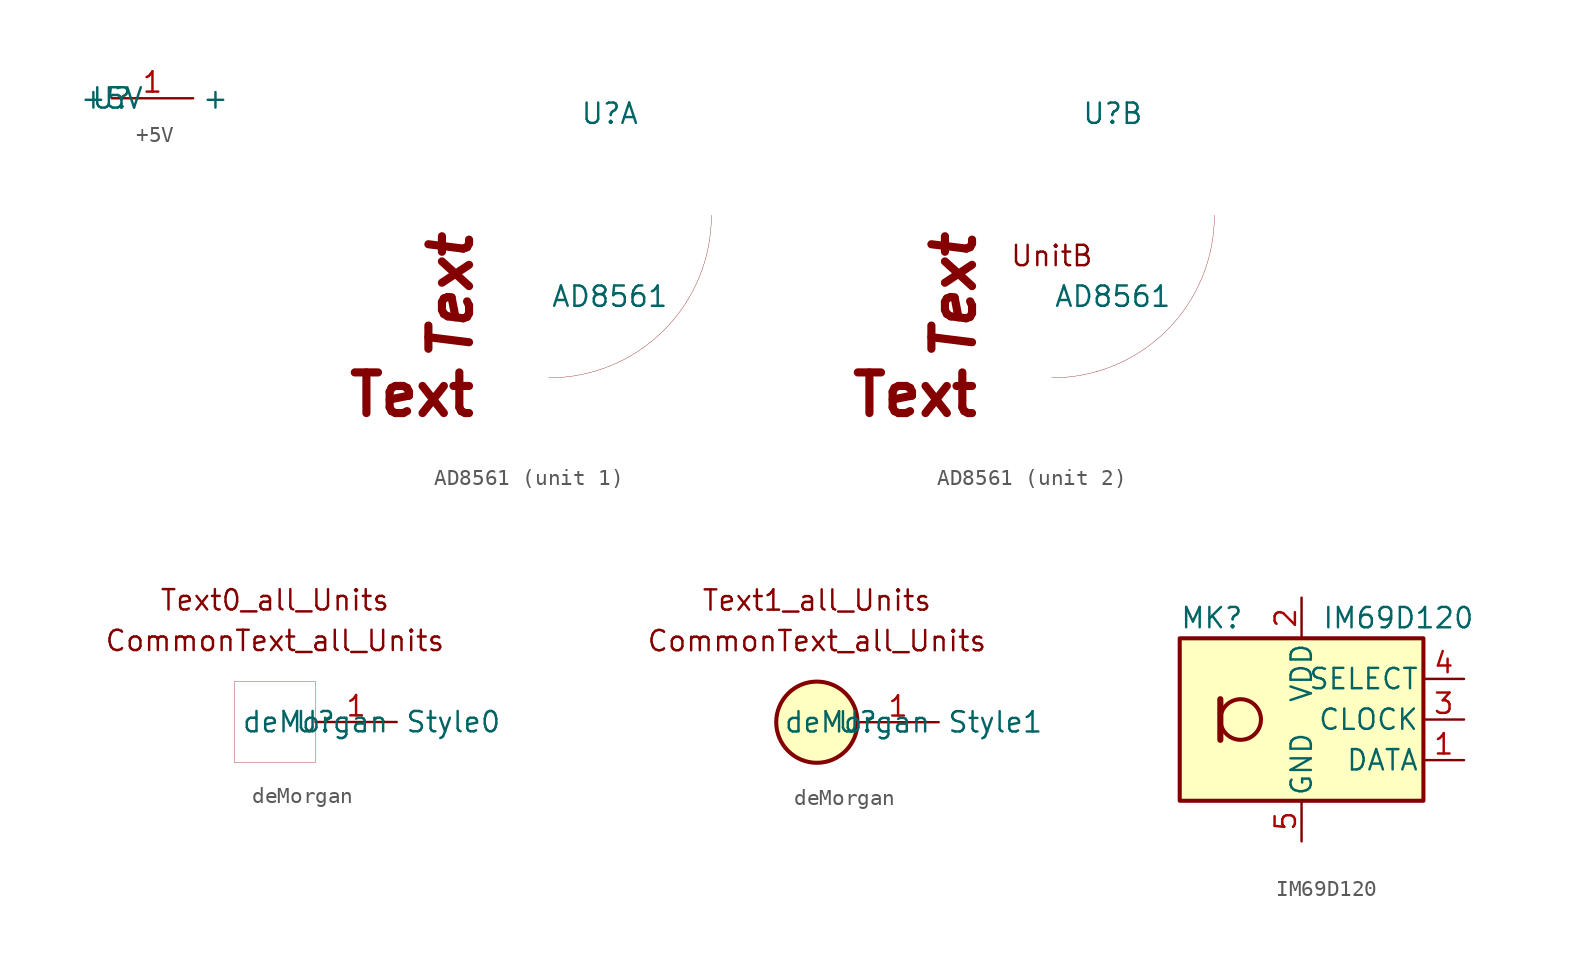
<source format=kicad_sym>
(kicad_symbol_lib
  (version 20200126)
  (host kicad_symbol_editor "5.99.0-unknown-a3fc028c9~102~ubuntu19.10.1")
  (symbol "testLib2:+5V"
    (power)
    (property "Reference" "U"
      (at 0 0 0)
      (effects (font (size 1.27 1.27))))
    (property "Value" "+5V"
      (at 0 0 0)
      (effects (font (size 1.27 1.27))))
    (symbol "+5V_1_1"
      (pin input line (at 0 0 0) (length 5.08) (name "+" (effects (font (size 1.27 1.27)))) (number "1" (effects (font (size 1.27 1.27)))))))
  (symbol "testLib2:AD8561"
    (pin_names
      (offset 0.127))
    (property "Reference" "U"
      (at 3.81 6.35 0)
      (effects (font (size 1.27 1.27))))
    (property "Value" "AD8561"
      (at 3.81 -5.08 0)
      (effects (font (size 1.27 1.27))))
    (symbol "AD8561_0_1"
      (arc (start 10.16 0) (end 0 -10.16) (radius (at 0.0177 -0.0177) (length 10.1423) (angles 0.1 -90.1)) (stroke (width 0.0006)) (fill (type none))))
    (symbol "AD8561_2_1"
      (text "UnitB" (at 0 -2.54 0) (effects (font (size 1.27 1.27)))))
    (symbol "AD8561_0_0"
      (text "Text" (at -7.62 -5.08 900) (effects (font (size 2.54 2.54) bold italic) (justify top)))
      (text "Text" (at -12.7 -12.7 0) (effects (font (size 2.54 2.54) bold) (justify left bottom)))))
  (symbol "testLib2:deMorgan"
    (property "Reference" "U"
      (at 0 0 0)
      (effects (font (size 1.27 1.27))))
    (property "Value" "deMorgan"
      (at 0 0 0)
      (effects (font (size 1.27 1.27))))
    (symbol "deMorgan_0_2"
      (circle (center -2.54 0) (radius 2.54) (stroke (width 0.254)) (fill (type background)))
      (text "Text1_all_Units" (at -2.54 7.62 0) (effects (font (size 1.27 1.27)))))
    (symbol "deMorgan_0_0"
      (text "CommonText_all_Units" (at -2.54 5.08 0) (effects (font (size 1.27 1.27)))))
    (symbol "deMorgan_0_1"
      (text "Text0_all_Units" (at -2.54 7.62 0) (effects (font (size 1.27 1.27))))
      (rectangle (start 0 2.54) (end -5.08 -2.54) (stroke (width 0.001)) (fill (type none))))
    (symbol "deMorgan_1_2"
      (pin input line (at 0 0 0) (length 5.08) (name "Style1" (effects (font (size 1.27 1.27)))) (number "1" (effects (font (size 1.27 1.27))))))
    (symbol "deMorgan_1_1"
      (pin input line (at 0 0 0) (length 5.08) (name "Style0" (effects (font (size 1.27 1.27)))) (number "1" (effects (font (size 1.27 1.27)))))))
  (symbol "testLib2:IM69D120"
    (pin_names
      (offset 0.254))
    (property "Reference" "MK"
      (at -7.62 6.35 0)
      (effects (font (size 1.27 1.27)) (justify left)))
    (property "Value" "IM69D120"
      (at 1.27 6.35 0)
      (effects (font (size 1.27 1.27)) (justify left)))
    (symbol "IM69D120_0_1"
      (circle (center -3.81 0) (radius 1.27) (stroke (width 0.254)) (fill (type none)))
      (rectangle (start -7.62 5.08) (end 7.62 -5.08) (stroke (width 0.254)) (fill (type background)))
      (polyline (pts (xy -5.08 1.27) (xy -5.08 -1.27)) (stroke (width 0.381)) (fill (type none))))
    (symbol "IM69D120_1_1"
      (pin output line (at 10.16 -2.54 180) (length 2.54) (name "DATA" (effects (font (size 1.27 1.27)))) (number "1" (effects (font (size 1.27 1.27)))))
      (pin power_in line (at 0 7.62 270) (length 2.54) (name "VDD" (effects (font (size 1.27 1.27)))) (number "2" (effects (font (size 1.27 1.27)))))
      (pin input line (at 10.16 0 180) (length 2.54) (name "CLOCK" (effects (font (size 1.27 1.27)))) (number "3" (effects (font (size 1.27 1.27)))))
      (pin input line (at 10.16 2.54 180) (length 2.54) (name "SELECT" (effects (font (size 1.27 1.27)))) (number "4" (effects (font (size 1.27 1.27)))))
      (pin power_in line (at 0 -7.62 90) (length 2.54) (name "GND" (effects (font (size 1.27 1.27)))) (number "5" (effects (font (size 1.27 1.27))))))))
</source>
